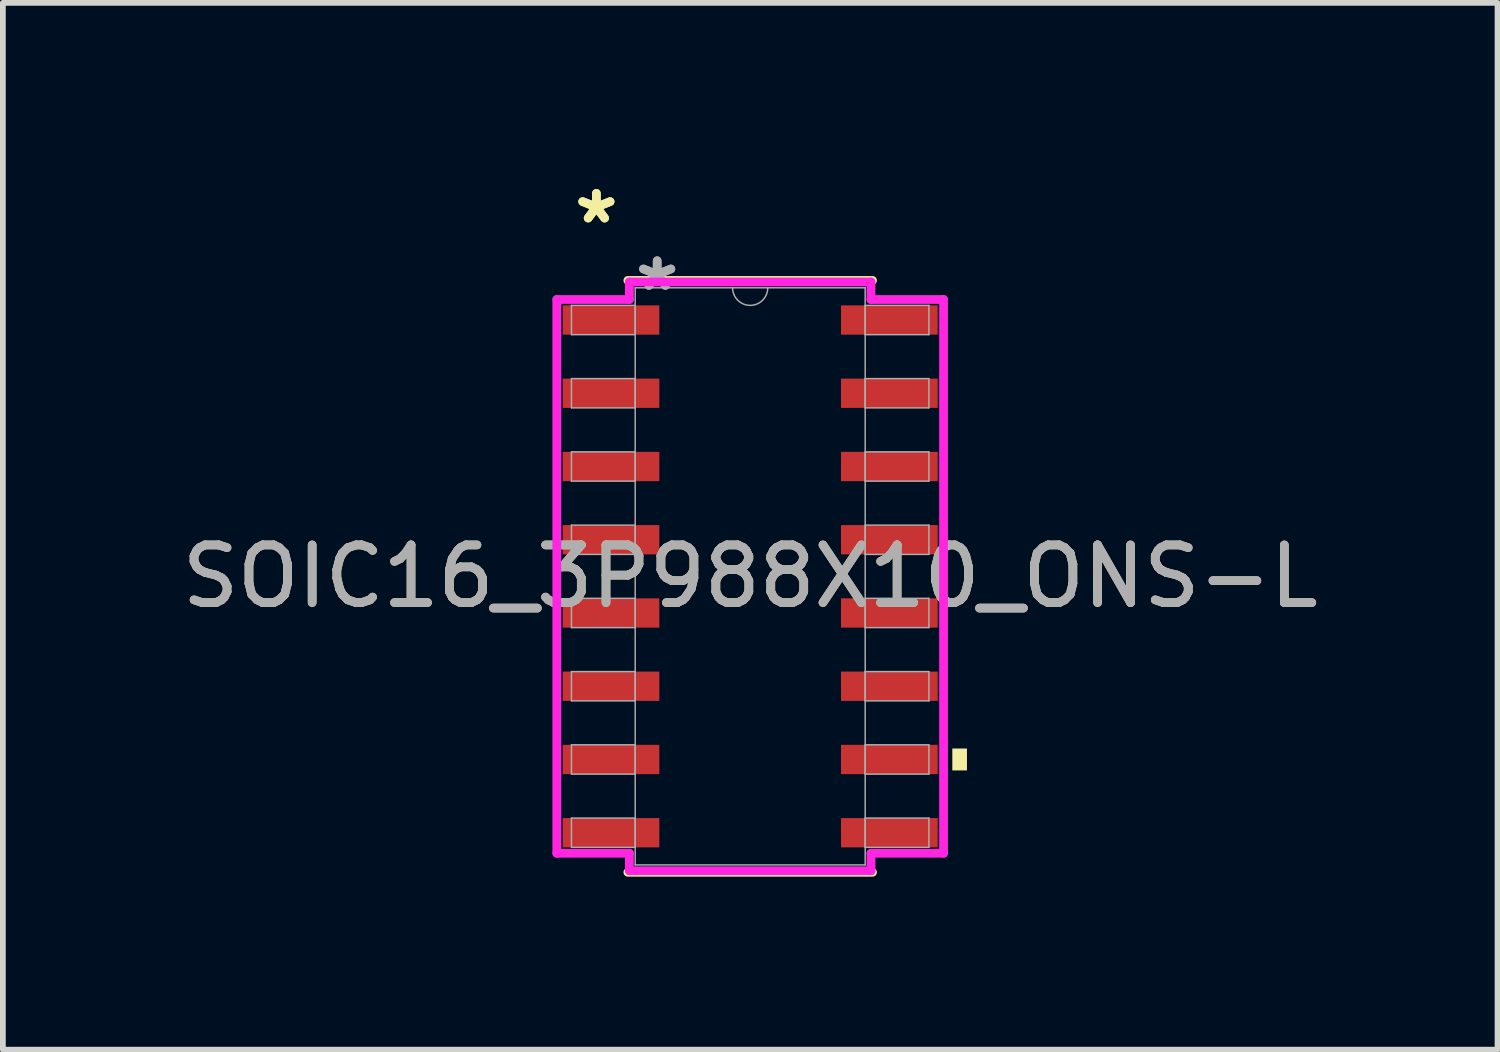
<source format=kicad_pcb>
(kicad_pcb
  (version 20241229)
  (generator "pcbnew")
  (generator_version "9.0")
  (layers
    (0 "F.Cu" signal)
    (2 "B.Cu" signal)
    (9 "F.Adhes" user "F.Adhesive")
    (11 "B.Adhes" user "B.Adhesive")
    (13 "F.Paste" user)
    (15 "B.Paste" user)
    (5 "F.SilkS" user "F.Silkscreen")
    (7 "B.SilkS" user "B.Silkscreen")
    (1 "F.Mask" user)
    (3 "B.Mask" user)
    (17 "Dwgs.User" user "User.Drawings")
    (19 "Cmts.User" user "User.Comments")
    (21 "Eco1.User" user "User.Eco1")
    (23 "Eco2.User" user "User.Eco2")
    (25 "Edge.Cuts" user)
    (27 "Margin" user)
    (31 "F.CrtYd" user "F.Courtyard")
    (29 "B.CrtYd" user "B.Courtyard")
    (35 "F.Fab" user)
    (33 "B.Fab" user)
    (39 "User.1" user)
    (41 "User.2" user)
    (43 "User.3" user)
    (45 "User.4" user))
  (footprint "SOIC16_3P988X10_ONS-L"
    (layer "F.Cu")
    (at 9.958 6.944)
    (property "Reference" "SOIC16_3P988X10_ONS-L" (at 0 0 0) (unlocked yes) (layer "F.SilkS") (effects (font (size 1 1) (thickness 0.15))))
    (attr smd)
    (fp_line (start -2.121 5.131) (end 2.121 5.131) (stroke (width 0.152) (type solid)) (layer "F.SilkS"))
    (fp_line (start 2.121 -5.131) (end -2.121 -5.131) (stroke (width 0.152) (type solid)) (layer "F.SilkS"))
    (fp_poly (pts (xy 3.759 2.985) (xy 3.759 3.365) (xy 3.505 3.365) (xy 3.505 2.985)) (stroke (width 0) (type solid)) (fill yes) (layer "F.SilkS"))
    (fp_line (start -3.353 -4.801) (end -2.095 -4.801) (stroke (width 0.152) (type solid)) (layer "F.CrtYd"))
    (fp_line (start -3.353 4.801) (end -3.353 -4.801) (stroke (width 0.152) (type solid)) (layer "F.CrtYd"))
    (fp_line (start -3.353 4.801) (end -2.095 4.801) (stroke (width 0.152) (type solid)) (layer "F.CrtYd"))
    (fp_line (start -2.095 -5.105) (end 2.095 -5.105) (stroke (width 0.152) (type solid)) (layer "F.CrtYd"))
    (fp_line (start -2.095 -4.801) (end -2.095 -5.105) (stroke (width 0.152) (type solid)) (layer "F.CrtYd"))
    (fp_line (start -2.095 5.105) (end -2.095 4.801) (stroke (width 0.152) (type solid)) (layer "F.CrtYd"))
    (fp_line (start 2.095 -5.105) (end 2.095 -4.801) (stroke (width 0.152) (type solid)) (layer "F.CrtYd"))
    (fp_line (start 2.095 4.801) (end 2.095 5.105) (stroke (width 0.152) (type solid)) (layer "F.CrtYd"))
    (fp_line (start 2.095 5.105) (end -2.095 5.105) (stroke (width 0.152) (type solid)) (layer "F.CrtYd"))
    (fp_line (start 3.353 -4.801) (end 2.095 -4.801) (stroke (width 0.152) (type solid)) (layer "F.CrtYd"))
    (fp_line (start 3.353 -4.801) (end 3.353 4.801) (stroke (width 0.152) (type solid)) (layer "F.CrtYd"))
    (fp_line (start 3.353 4.801) (end 2.095 4.801) (stroke (width 0.152) (type solid)) (layer "F.CrtYd"))
    (fp_line (start -3.099 -4.699) (end -3.099 -4.191) (stroke (width 0.025) (type solid)) (layer "F.Fab"))
    (fp_line (start -3.099 -4.191) (end -1.994 -4.191) (stroke (width 0.025) (type solid)) (layer "F.Fab"))
    (fp_line (start -3.099 -3.429) (end -3.099 -2.921) (stroke (width 0.025) (type solid)) (layer "F.Fab"))
    (fp_line (start -3.099 -2.921) (end -1.994 -2.921) (stroke (width 0.025) (type solid)) (layer "F.Fab"))
    (fp_line (start -3.099 -2.159) (end -3.099 -1.651) (stroke (width 0.025) (type solid)) (layer "F.Fab"))
    (fp_line (start -3.099 -1.651) (end -1.994 -1.651) (stroke (width 0.025) (type solid)) (layer "F.Fab"))
    (fp_line (start -3.099 -0.889) (end -3.099 -0.381) (stroke (width 0.025) (type solid)) (layer "F.Fab"))
    (fp_line (start -3.099 -0.381) (end -1.994 -0.381) (stroke (width 0.025) (type solid)) (layer "F.Fab"))
    (fp_line (start -3.099 0.381) (end -3.099 0.889) (stroke (width 0.025) (type solid)) (layer "F.Fab"))
    (fp_line (start -3.099 0.889) (end -1.994 0.889) (stroke (width 0.025) (type solid)) (layer "F.Fab"))
    (fp_line (start -3.099 1.651) (end -3.099 2.159) (stroke (width 0.025) (type solid)) (layer "F.Fab"))
    (fp_line (start -3.099 2.159) (end -1.994 2.159) (stroke (width 0.025) (type solid)) (layer "F.Fab"))
    (fp_line (start -3.099 2.921) (end -3.099 3.429) (stroke (width 0.025) (type solid)) (layer "F.Fab"))
    (fp_line (start -3.099 3.429) (end -1.994 3.429) (stroke (width 0.025) (type solid)) (layer "F.Fab"))
    (fp_line (start -3.099 4.191) (end -3.099 4.699) (stroke (width 0.025) (type solid)) (layer "F.Fab"))
    (fp_line (start -3.099 4.699) (end -1.994 4.699) (stroke (width 0.025) (type solid)) (layer "F.Fab"))
    (fp_line (start -1.994 -5.004) (end -1.994 5.004) (stroke (width 0.025) (type solid)) (layer "F.Fab"))
    (fp_line (start -1.994 -4.699) (end -3.099 -4.699) (stroke (width 0.025) (type solid)) (layer "F.Fab"))
    (fp_line (start -1.994 -4.191) (end -1.994 -4.699) (stroke (width 0.025) (type solid)) (layer "F.Fab"))
    (fp_line (start -1.994 -3.429) (end -3.099 -3.429) (stroke (width 0.025) (type solid)) (layer "F.Fab"))
    (fp_line (start -1.994 -2.921) (end -1.994 -3.429) (stroke (width 0.025) (type solid)) (layer "F.Fab"))
    (fp_line (start -1.994 -2.159) (end -3.099 -2.159) (stroke (width 0.025) (type solid)) (layer "F.Fab"))
    (fp_line (start -1.994 -1.651) (end -1.994 -2.159) (stroke (width 0.025) (type solid)) (layer "F.Fab"))
    (fp_line (start -1.994 -0.889) (end -3.099 -0.889) (stroke (width 0.025) (type solid)) (layer "F.Fab"))
    (fp_line (start -1.994 -0.381) (end -1.994 -0.889) (stroke (width 0.025) (type solid)) (layer "F.Fab"))
    (fp_line (start -1.994 0.381) (end -3.099 0.381) (stroke (width 0.025) (type solid)) (layer "F.Fab"))
    (fp_line (start -1.994 0.889) (end -1.994 0.381) (stroke (width 0.025) (type solid)) (layer "F.Fab"))
    (fp_line (start -1.994 1.651) (end -3.099 1.651) (stroke (width 0.025) (type solid)) (layer "F.Fab"))
    (fp_line (start -1.994 2.159) (end -1.994 1.651) (stroke (width 0.025) (type solid)) (layer "F.Fab"))
    (fp_line (start -1.994 2.921) (end -3.099 2.921) (stroke (width 0.025) (type solid)) (layer "F.Fab"))
    (fp_line (start -1.994 3.429) (end -1.994 2.921) (stroke (width 0.025) (type solid)) (layer "F.Fab"))
    (fp_line (start -1.994 4.191) (end -3.099 4.191) (stroke (width 0.025) (type solid)) (layer "F.Fab"))
    (fp_line (start -1.994 4.699) (end -1.994 4.191) (stroke (width 0.025) (type solid)) (layer "F.Fab"))
    (fp_line (start -1.994 5.004) (end 1.994 5.004) (stroke (width 0.025) (type solid)) (layer "F.Fab"))
    (fp_line (start 1.994 -5.004) (end -1.994 -5.004) (stroke (width 0.025) (type solid)) (layer "F.Fab"))
    (fp_line (start 1.994 -4.699) (end 1.994 -4.191) (stroke (width 0.025) (type solid)) (layer "F.Fab"))
    (fp_line (start 1.994 -4.191) (end 3.099 -4.191) (stroke (width 0.025) (type solid)) (layer "F.Fab"))
    (fp_line (start 1.994 -3.429) (end 1.994 -2.921) (stroke (width 0.025) (type solid)) (layer "F.Fab"))
    (fp_line (start 1.994 -2.921) (end 3.099 -2.921) (stroke (width 0.025) (type solid)) (layer "F.Fab"))
    (fp_line (start 1.994 -2.159) (end 1.994 -1.651) (stroke (width 0.025) (type solid)) (layer "F.Fab"))
    (fp_line (start 1.994 -1.651) (end 3.099 -1.651) (stroke (width 0.025) (type solid)) (layer "F.Fab"))
    (fp_line (start 1.994 -0.889) (end 1.994 -0.381) (stroke (width 0.025) (type solid)) (layer "F.Fab"))
    (fp_line (start 1.994 -0.381) (end 3.099 -0.381) (stroke (width 0.025) (type solid)) (layer "F.Fab"))
    (fp_line (start 1.994 0.381) (end 1.994 0.889) (stroke (width 0.025) (type solid)) (layer "F.Fab"))
    (fp_line (start 1.994 0.889) (end 3.099 0.889) (stroke (width 0.025) (type solid)) (layer "F.Fab"))
    (fp_line (start 1.994 1.651) (end 1.994 2.159) (stroke (width 0.025) (type solid)) (layer "F.Fab"))
    (fp_line (start 1.994 2.159) (end 3.099 2.159) (stroke (width 0.025) (type solid)) (layer "F.Fab"))
    (fp_line (start 1.994 2.921) (end 1.994 3.429) (stroke (width 0.025) (type solid)) (layer "F.Fab"))
    (fp_line (start 1.994 3.429) (end 3.099 3.429) (stroke (width 0.025) (type solid)) (layer "F.Fab"))
    (fp_line (start 1.994 4.191) (end 1.994 4.699) (stroke (width 0.025) (type solid)) (layer "F.Fab"))
    (fp_line (start 1.994 4.699) (end 3.099 4.699) (stroke (width 0.025) (type solid)) (layer "F.Fab"))
    (fp_line (start 1.994 5.004) (end 1.994 -5.004) (stroke (width 0.025) (type solid)) (layer "F.Fab"))
    (fp_line (start 3.099 -4.699) (end 1.994 -4.699) (stroke (width 0.025) (type solid)) (layer "F.Fab"))
    (fp_line (start 3.099 -4.191) (end 3.099 -4.699) (stroke (width 0.025) (type solid)) (layer "F.Fab"))
    (fp_line (start 3.099 -3.429) (end 1.994 -3.429) (stroke (width 0.025) (type solid)) (layer "F.Fab"))
    (fp_line (start 3.099 -2.921) (end 3.099 -3.429) (stroke (width 0.025) (type solid)) (layer "F.Fab"))
    (fp_line (start 3.099 -2.159) (end 1.994 -2.159) (stroke (width 0.025) (type solid)) (layer "F.Fab"))
    (fp_line (start 3.099 -1.651) (end 3.099 -2.159) (stroke (width 0.025) (type solid)) (layer "F.Fab"))
    (fp_line (start 3.099 -0.889) (end 1.994 -0.889) (stroke (width 0.025) (type solid)) (layer "F.Fab"))
    (fp_line (start 3.099 -0.381) (end 3.099 -0.889) (stroke (width 0.025) (type solid)) (layer "F.Fab"))
    (fp_line (start 3.099 0.381) (end 1.994 0.381) (stroke (width 0.025) (type solid)) (layer "F.Fab"))
    (fp_line (start 3.099 0.889) (end 3.099 0.381) (stroke (width 0.025) (type solid)) (layer "F.Fab"))
    (fp_line (start 3.099 1.651) (end 1.994 1.651) (stroke (width 0.025) (type solid)) (layer "F.Fab"))
    (fp_line (start 3.099 2.159) (end 3.099 1.651) (stroke (width 0.025) (type solid)) (layer "F.Fab"))
    (fp_line (start 3.099 2.921) (end 1.994 2.921) (stroke (width 0.025) (type solid)) (layer "F.Fab"))
    (fp_line (start 3.099 3.429) (end 3.099 2.921) (stroke (width 0.025) (type solid)) (layer "F.Fab"))
    (fp_line (start 3.099 4.191) (end 1.994 4.191) (stroke (width 0.025) (type solid)) (layer "F.Fab"))
    (fp_line (start 3.099 4.699) (end 3.099 4.191) (stroke (width 0.025) (type solid)) (layer "F.Fab"))
    (fp_arc (start 0.3048 -5.0038) (mid 0 -4.699) (end -0.3048 -5.0038) (stroke (width 0.0254) (type solid)) (layer "F.Fab"))
    (fp_text user "*" (at -2.667 -6.096 0) (unlocked yes) (layer "F.SilkS") (effects (font (size 1 1) (thickness 0.15))))
    (fp_text user "*" (at -2.667 -6.096 0) (layer "F.SilkS") (effects (font (size 1 1) (thickness 0.15))))
    (fp_text user "*" (at -1.613 -4.928 0) (layer "F.Fab") (effects (font (size 1 1) (thickness 0.15))))
    (fp_text user "*" (at -1.613 -4.928 0) (unlocked yes) (layer "F.Fab") (effects (font (size 1 1) (thickness 0.15))))
    (fp_text user "${REFERENCE}" (at 0 0 0) (unlocked yes) (layer "F.Fab") (effects (font (size 1 1) (thickness 0.15))))
    (pad "1" smd rect (at -2.413 -4.445) (size 1.676 0.508) (layers "F.Cu" "F.Mask" "F.Paste"))
    (pad "2" smd rect (at -2.413 -3.175) (size 1.676 0.508) (layers "F.Cu" "F.Mask" "F.Paste"))
    (pad "3" smd rect (at -2.413 -1.905) (size 1.676 0.508) (layers "F.Cu" "F.Mask" "F.Paste"))
    (pad "4" smd rect (at -2.413 -0.635) (size 1.676 0.508) (layers "F.Cu" "F.Mask" "F.Paste"))
    (pad "5" smd rect (at -2.413 0.635) (size 1.676 0.508) (layers "F.Cu" "F.Mask" "F.Paste"))
    (pad "6" smd rect (at -2.413 1.905) (size 1.676 0.508) (layers "F.Cu" "F.Mask" "F.Paste"))
    (pad "7" smd rect (at -2.413 3.175) (size 1.676 0.508) (layers "F.Cu" "F.Mask" "F.Paste"))
    (pad "8" smd rect (at -2.413 4.445) (size 1.676 0.508) (layers "F.Cu" "F.Mask" "F.Paste"))
    (pad "9" smd rect (at 2.413 4.445) (size 1.676 0.508) (layers "F.Cu" "F.Mask" "F.Paste"))
    (pad "10" smd rect (at 2.413 3.175) (size 1.676 0.508) (layers "F.Cu" "F.Mask" "F.Paste"))
    (pad "11" smd rect (at 2.413 1.905) (size 1.676 0.508) (layers "F.Cu" "F.Mask" "F.Paste"))
    (pad "12" smd rect (at 2.413 0.635) (size 1.676 0.508) (layers "F.Cu" "F.Mask" "F.Paste"))
    (pad "13" smd rect (at 2.413 -0.635) (size 1.676 0.508) (layers "F.Cu" "F.Mask" "F.Paste"))
    (pad "14" smd rect (at 2.413 -1.905) (size 1.676 0.508) (layers "F.Cu" "F.Mask" "F.Paste"))
    (pad "15" smd rect (at 2.413 -3.175) (size 1.676 0.508) (layers "F.Cu" "F.Mask" "F.Paste"))
    (pad "16" smd rect (at 2.413 -4.445) (size 1.676 0.508) (layers "F.Cu" "F.Mask" "F.Paste")))
  (gr_rect
    (start -3 -3)
    (end 22.917 15.151)
    (stroke (width 0.1) (type default))
    (fill no)
    (layer "Edge.Cuts")))
</source>
